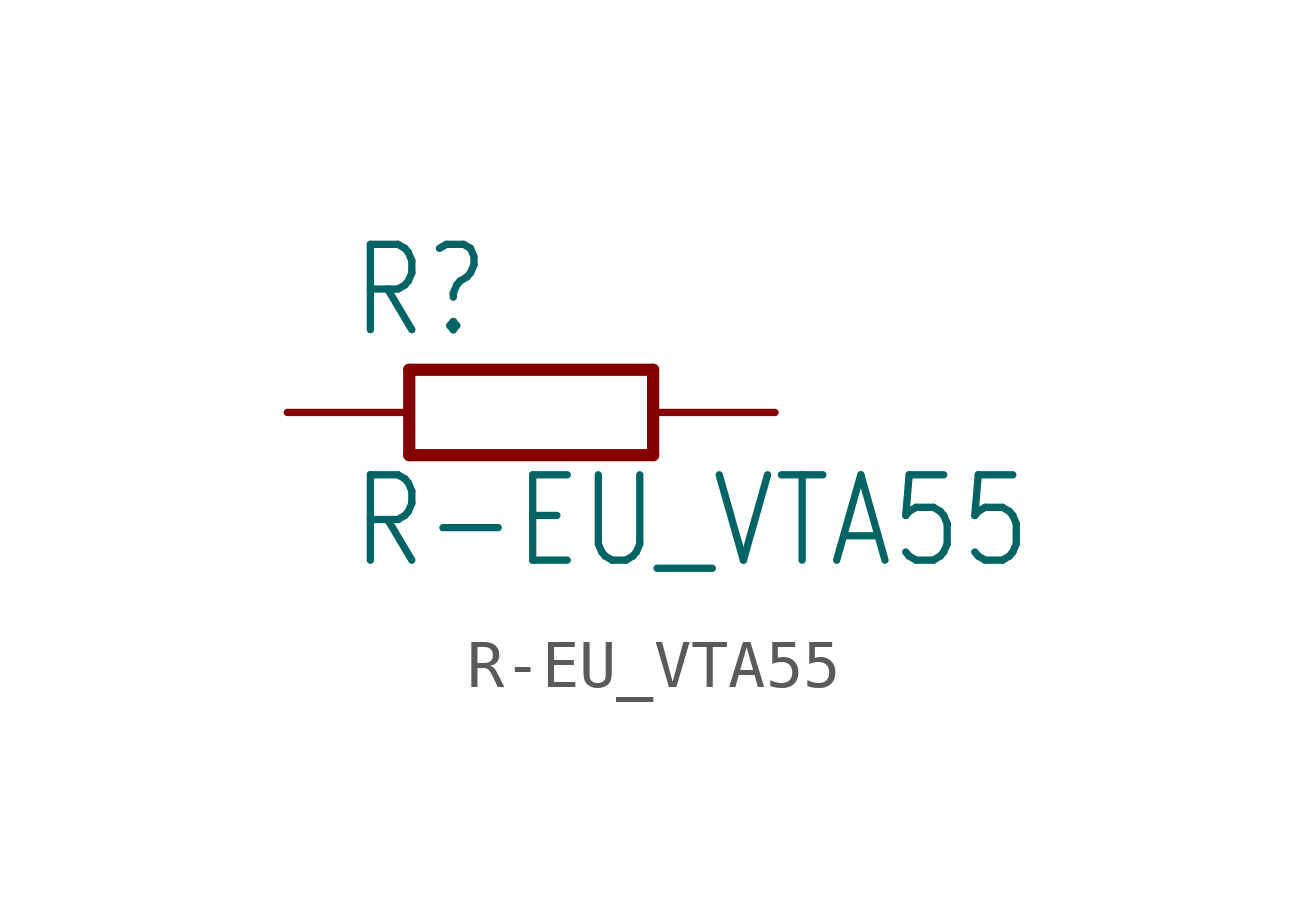
<source format=kicad_sym>
(kicad_symbol_lib
  (version 20210619)
  (generator kicad_symbol_editor)
  (symbol "R-EU_VTA55"
    (property "Reference" "R"
      (at -3.81 1.499 0)
      (effects (font (size 1.778 1.511)) (justify left bottom)))
    (property "Value" "R-EU_VTA55"
      (at -3.81 -3.302 0)
      (effects (font (size 1.778 1.511)) (justify left bottom)))
    (property "ki_locked" ""
      (at 0 0 0)
      (effects (font (size 1.27 1.27))))
    (symbol "R-EU_VTA55_1_0"
      (polyline (pts (xy -2.54 -0.889) (xy -2.54 0.889)) (stroke (width 0.254)) (fill (type none)))
      (polyline (pts (xy -2.54 -0.889) (xy 2.54 -0.889)) (stroke (width 0.254)) (fill (type none)))
      (polyline (pts (xy 2.54 -0.889) (xy 2.54 0.889)) (stroke (width 0.254)) (fill (type none)))
      (polyline (pts (xy 2.54 0.889) (xy -2.54 0.889)) (stroke (width 0.254)) (fill (type none)))
      (pin passive line (at -5.08 0 0) (length 2.54) (name "1" (effects (font (size 0 0)))) (number "1" (effects (font (size 0 0)))))
      (pin passive line (at 5.08 0 180) (length 2.54) (name "2" (effects (font (size 0 0)))) (number "2" (effects (font (size 0 0))))))))
</source>
